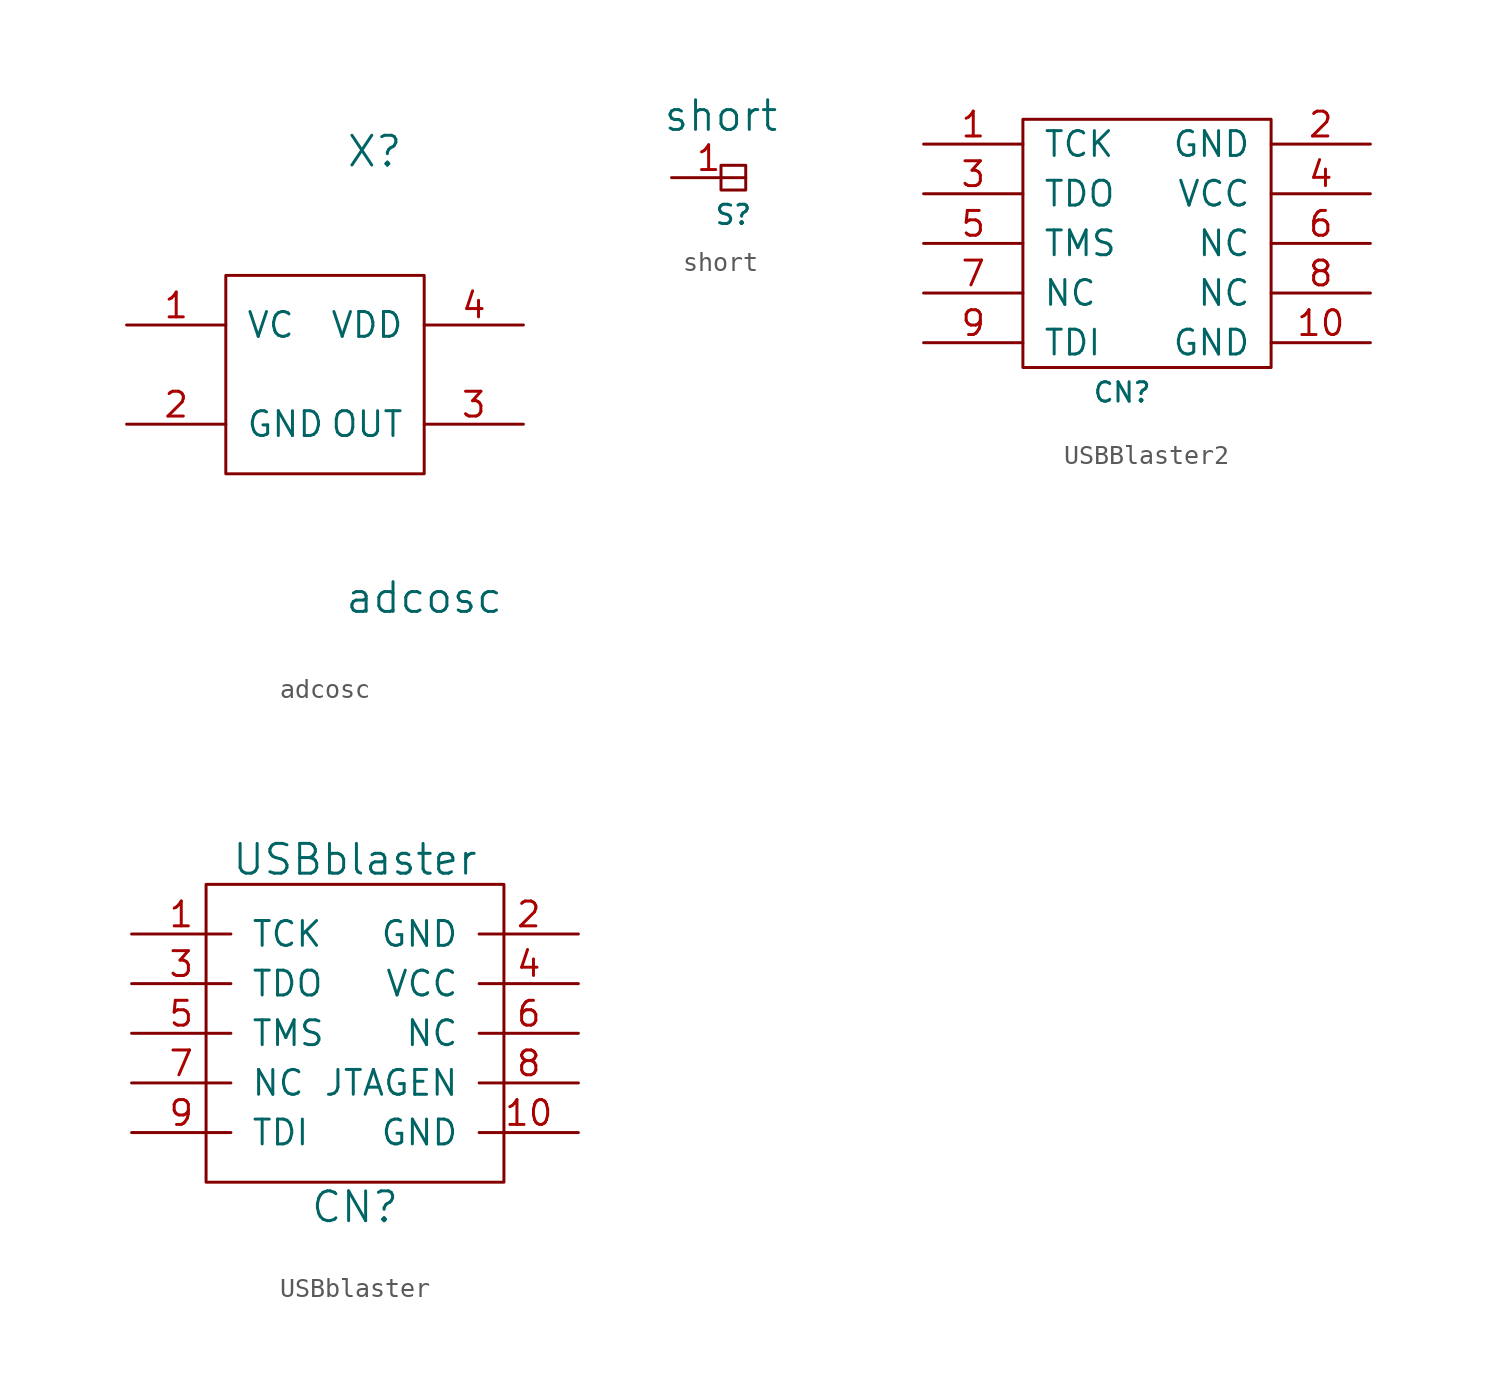
<source format=kicad_sym>
(kicad_symbol_lib
  (version 20220914)
  (generator kicad_symbol_editor)
  (symbol "adcosc"
    (pin_names
      (offset 1.016))
    (property "Reference" "X"
      (at 2.54 11.43 0)
      (effects (font (size 1.524 1.524))))
    (property "Value" "adcosc"
      (at 5.08 -11.43 0)
      (effects (font (size 1.524 1.524))))
    (property "Footprint" ""
      (at 0 0 0)
      (effects (font (size 1.524 1.524))))
    (property "Datasheet" ""
      (at 0 0 0)
      (effects (font (size 1.524 1.524))))
    (symbol "adcosc_0_1"
      (rectangle (start -5.08 5.08) (end 5.08 -5.08) (stroke (width 0) (type solid)) (fill (type none))))
    (symbol "adcosc_1_1"
      (pin input line (at -10.16 2.54 0) (length 5.08) (name "VC" (effects (font (size 1.27 1.27)))) (number "1" (effects (font (size 1.27 1.27)))))
      (pin power_in line (at -10.16 -2.54 0) (length 5.08) (name "GND" (effects (font (size 1.27 1.27)))) (number "2" (effects (font (size 1.27 1.27)))))
      (pin output line (at 10.16 -2.54 180) (length 5.08) (name "OUT" (effects (font (size 1.27 1.27)))) (number "3" (effects (font (size 1.27 1.27)))))
      (pin power_in line (at 10.16 2.54 180) (length 5.08) (name "VDD" (effects (font (size 1.27 1.27)))) (number "4" (effects (font (size 1.27 1.27)))))))
  (symbol "short"
    (pin_names
      (offset 1.016))
    (property "Reference" "S"
      (at 0.635 -1.905 0)
      (effects (font (size 0.991 0.991))))
    (property "Value" "short"
      (at 0 3.175 0)
      (effects (font (size 1.524 1.524))))
    (symbol "short_0_1"
      (rectangle (start 0 0.635) (end 1.27 -0.635) (stroke (width 0) (type solid)) (fill (type none))))
    (symbol "short_1_1"
      (pin bidirectional line (at -2.54 0 0) (length 3.81) (name "~" (effects (font (size 1.27 1.27)))) (number "1" (effects (font (size 1.27 1.27)))))))
  (symbol "USBBlaster2"
    (pin_names
      (offset 1.016))
    (property "Reference" "CN"
      (at 5.08 -1.27 0)
      (effects (font (size 0.991 0.991))))
    (property "Footprint" ""
      (at 0 0 0)
      (effects (font (size 1.524 1.524))))
    (property "Datasheet" ""
      (at 0 0 0)
      (effects (font (size 1.524 1.524))))
    (symbol "USBBlaster2_0_1"
      (rectangle (start 0 12.7) (end 12.7 0) (stroke (width 0) (type solid)) (fill (type none))))
    (symbol "USBBlaster2_1_1"
      (pin input line (at -5.08 11.43 0) (length 5.08) (name "TCK" (effects (font (size 1.27 1.27)))) (number "1" (effects (font (size 1.27 1.27)))))
      (pin input line (at 17.78 1.27 180) (length 5.08) (name "GND" (effects (font (size 1.27 1.27)))) (number "10" (effects (font (size 1.27 1.27)))))
      (pin input line (at 17.78 11.43 180) (length 5.08) (name "GND" (effects (font (size 1.27 1.27)))) (number "2" (effects (font (size 1.27 1.27)))))
      (pin input line (at -5.08 8.89 0) (length 5.08) (name "TDO" (effects (font (size 1.27 1.27)))) (number "3" (effects (font (size 1.27 1.27)))))
      (pin input line (at 17.78 8.89 180) (length 5.08) (name "VCC" (effects (font (size 1.27 1.27)))) (number "4" (effects (font (size 1.27 1.27)))))
      (pin input line (at -5.08 6.35 0) (length 5.08) (name "TMS" (effects (font (size 1.27 1.27)))) (number "5" (effects (font (size 1.27 1.27)))))
      (pin input line (at 17.78 6.35 180) (length 5.08) (name "NC" (effects (font (size 1.27 1.27)))) (number "6" (effects (font (size 1.27 1.27)))))
      (pin input line (at -5.08 3.81 0) (length 5.08) (name "NC" (effects (font (size 1.27 1.27)))) (number "7" (effects (font (size 1.27 1.27)))))
      (pin input line (at 17.78 3.81 180) (length 5.08) (name "NC" (effects (font (size 1.27 1.27)))) (number "8" (effects (font (size 1.27 1.27)))))
      (pin input line (at -5.08 1.27 0) (length 5.08) (name "TDI" (effects (font (size 1.27 1.27)))) (number "9" (effects (font (size 1.27 1.27)))))))
  (symbol "USBblaster"
    (pin_names
      (offset 1.016))
    (property "Reference" "CN"
      (at 0 -8.89 0)
      (effects (font (size 1.524 1.524))))
    (property "Value" "USBblaster"
      (at 0 8.89 0)
      (effects (font (size 1.524 1.524))))
    (property "Footprint" ""
      (at 0 0 0)
      (effects (font (size 1.524 1.524))))
    (property "Datasheet" ""
      (at 0 0 0)
      (effects (font (size 1.524 1.524))))
    (symbol "USBblaster_0_1"
      (rectangle (start -7.62 7.62) (end 7.62 -7.62) (stroke (width 0) (type solid)) (fill (type none))))
    (symbol "USBblaster_1_1"
      (pin bidirectional line (at -11.43 5.08 0) (length 5.08) (name "TCK" (effects (font (size 1.27 1.27)))) (number "1" (effects (font (size 1.27 1.27)))))
      (pin power_in line (at 11.43 -5.08 180) (length 5.08) (name "GND" (effects (font (size 1.27 1.27)))) (number "10" (effects (font (size 1.27 1.27)))))
      (pin bidirectional line (at 11.43 5.08 180) (length 5.08) (name "GND" (effects (font (size 1.27 1.27)))) (number "2" (effects (font (size 1.27 1.27)))))
      (pin bidirectional line (at -11.43 2.54 0) (length 5.08) (name "TDO" (effects (font (size 1.27 1.27)))) (number "3" (effects (font (size 1.27 1.27)))))
      (pin bidirectional line (at 11.43 2.54 180) (length 5.08) (name "VCC" (effects (font (size 1.27 1.27)))) (number "4" (effects (font (size 1.27 1.27)))))
      (pin bidirectional line (at -11.43 0 0) (length 5.08) (name "TMS" (effects (font (size 1.27 1.27)))) (number "5" (effects (font (size 1.27 1.27)))))
      (pin bidirectional line (at 11.43 0 180) (length 5.08) (name "NC" (effects (font (size 1.27 1.27)))) (number "6" (effects (font (size 1.27 1.27)))))
      (pin bidirectional line (at -11.43 -2.54 0) (length 5.08) (name "NC" (effects (font (size 1.27 1.27)))) (number "7" (effects (font (size 1.27 1.27)))))
      (pin bidirectional line (at 11.43 -2.54 180) (length 5.08) (name "JTAGEN" (effects (font (size 1.27 1.27)))) (number "8" (effects (font (size 1.27 1.27)))))
      (pin bidirectional line (at -11.43 -5.08 0) (length 5.08) (name "TDI" (effects (font (size 1.27 1.27)))) (number "9" (effects (font (size 1.27 1.27))))))))
</source>
